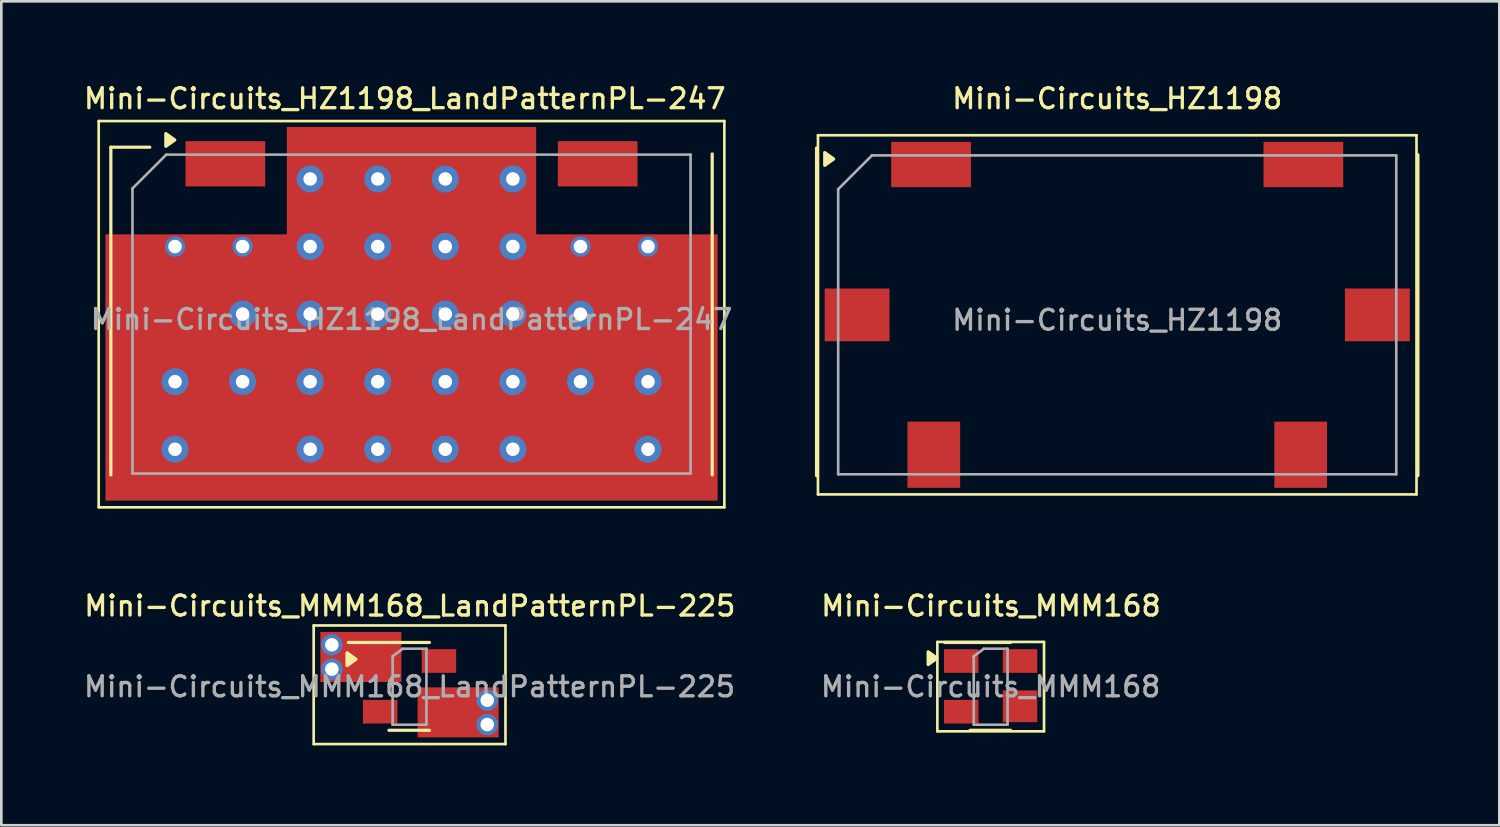
<source format=kicad_pcb>
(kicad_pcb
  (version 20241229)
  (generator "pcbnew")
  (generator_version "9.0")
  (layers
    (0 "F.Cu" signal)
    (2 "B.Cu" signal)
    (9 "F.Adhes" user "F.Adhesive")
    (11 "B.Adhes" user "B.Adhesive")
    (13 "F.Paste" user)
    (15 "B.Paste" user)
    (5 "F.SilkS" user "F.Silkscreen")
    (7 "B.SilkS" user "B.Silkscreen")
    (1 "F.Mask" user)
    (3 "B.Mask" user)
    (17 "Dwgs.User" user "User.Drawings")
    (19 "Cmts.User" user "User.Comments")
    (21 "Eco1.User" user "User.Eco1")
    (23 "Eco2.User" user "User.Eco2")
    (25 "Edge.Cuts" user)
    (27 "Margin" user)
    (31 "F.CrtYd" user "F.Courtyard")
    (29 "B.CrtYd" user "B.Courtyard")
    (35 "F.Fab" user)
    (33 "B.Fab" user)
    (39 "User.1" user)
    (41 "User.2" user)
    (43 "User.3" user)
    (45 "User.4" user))
  (footprint "Mini-Circuits_HZ1198"
    (layer "F.Cu")
    (at 38.949 8.786)
    (property "Reference" "Mini-Circuits_HZ1198" (at 0 -8.128 0) (layer "F.SilkS") (effects (font (size 0.75 0.75) (thickness 0.125))))
    (attr smd)
    (fp_line (start -11.303 -6.274) (end -11.303 6.045) (stroke (width 0.12) (type solid)) (layer "F.SilkS"))
    (fp_line (start -11.25 -6.75) (end -11.25 6.75) (stroke (width 0.1) (type solid)) (layer "F.SilkS"))
    (fp_line (start -11.25 -6.75) (end 11.25 -6.75) (stroke (width 0.1) (type solid)) (layer "F.SilkS"))
    (fp_line (start 11.25 6.75) (end -11.25 6.75) (stroke (width 0.1) (type solid)) (layer "F.SilkS"))
    (fp_line (start 11.25 6.75) (end 11.25 -6.75) (stroke (width 0.1) (type solid)) (layer "F.SilkS"))
    (fp_line (start 11.303 -6.02) (end 11.303 6.045) (stroke (width 0.12) (type solid)) (layer "F.SilkS"))
    (fp_poly (pts (xy -10.66 -5.86) (xy -10.996 -5.62) (xy -10.996 -6.1) (xy -10.66 -5.86)) (stroke (width 0.12) (type solid)) (fill yes) (layer "F.SilkS"))
    (fp_line (start -10.49 -4.724) (end -9.22 -5.994) (stroke (width 0.1) (type solid)) (layer "F.Fab"))
    (fp_line (start -10.49 5.994) (end -10.49 -4.724) (stroke (width 0.1) (type solid)) (layer "F.Fab"))
    (fp_line (start -9.22 -5.994) (end 10.49 -5.994) (stroke (width 0.1) (type solid)) (layer "F.Fab"))
    (fp_line (start 10.49 -5.994) (end 10.49 5.994) (stroke (width 0.1) (type solid)) (layer "F.Fab"))
    (fp_line (start 10.49 5.994) (end -10.49 5.994) (stroke (width 0.1) (type solid)) (layer "F.Fab"))
    (fp_text user "${REFERENCE}" (at 0 0.2 0) (layer "F.Fab") (effects (font (size 0.75 0.75) (thickness 0.125))))
    (pad "1" smd rect (at -6.998 -5.652) (size 2.997 1.702) (layers "F.Cu" "F.Mask" "F.Paste"))
    (pad "2" smd rect (at 6.998 -5.652) (size 2.997 1.702) (layers "F.Cu" "F.Mask" "F.Paste"))
    (pad "3" smd rect (at 9.779 0) (size 2.438 1.981) (layers "F.Cu" "F.Mask" "F.Paste"))
    (pad "4" smd rect (at 6.896 5.258) (size 1.981 2.489) (layers "F.Cu" "F.Mask" "F.Paste"))
    (pad "5" smd rect (at -6.896 5.258) (size 1.981 2.489) (layers "F.Cu" "F.Mask" "F.Paste"))
    (pad "6" smd rect (at -9.779 0) (size 2.438 1.981) (layers "F.Cu" "F.Mask" "F.Paste")))
  (footprint "Mini-Circuits_MMM168_LandPatternPL-225"
    (layer "F.Cu")
    (at 12.332 22.752)
    (property "Reference" "Mini-Circuits_MMM168_LandPatternPL-225" (at 0.025 -3.023 0) (layer "F.SilkS") (effects (font (size 0.75 0.75) (thickness 0.125))))
    (attr smd)
    (fp_line (start -3.59 -2.29) (end -3.59 2.17) (stroke (width 0.1) (type solid)) (layer "F.SilkS"))
    (fp_line (start -3.59 -2.29) (end 3.62 -2.29) (stroke (width 0.1) (type solid)) (layer "F.SilkS"))
    (fp_line (start 0.762 -1.651) (end -2.286 -1.651) (stroke (width 0.12) (type solid)) (layer "F.SilkS"))
    (fp_line (start 0.762 1.651) (end -0.762 1.651) (stroke (width 0.12) (type solid)) (layer "F.SilkS"))
    (fp_line (start 3.62 2.17) (end -3.59 2.17) (stroke (width 0.1) (type solid)) (layer "F.SilkS"))
    (fp_line (start 3.62 2.17) (end 3.62 -2.29) (stroke (width 0.1) (type solid)) (layer "F.SilkS"))
    (fp_poly (pts (xy -2 -1.02) (xy -2.336 -0.78) (xy -2.336 -1.26) (xy -2 -1.02)) (stroke (width 0.12) (type solid)) (fill yes) (layer "F.SilkS"))
    (fp_line (start -0.622 -1.13) (end -0.241 -1.416) (stroke (width 0.1) (type solid)) (layer "F.Fab"))
    (fp_line (start -0.622 1.441) (end -0.622 -1.13) (stroke (width 0.1) (type solid)) (layer "F.Fab"))
    (fp_line (start -0.241 -1.416) (end 0.648 -1.416) (stroke (width 0.1) (type solid)) (layer "F.Fab"))
    (fp_line (start 0.648 -1.416) (end 0.648 1.441) (stroke (width 0.1) (type solid)) (layer "F.Fab"))
    (fp_line (start 0.648 1.441) (end -0.622 1.441) (stroke (width 0.1) (type solid)) (layer "F.Fab"))
    (fp_text user "${REFERENCE}" (at 0.013 0.013 0) (layer "F.Fab") (effects (font (size 0.75 0.75) (thickness 0.125))))
    (pad "1" thru_hole circle (at -2.908 -1.562) (size 0.808 0.808) (drill 0.508) (layers "*.Cu"))
    (pad "1" thru_hole circle (at -2.908 -0.648) (size 0.808 0.808) (drill 0.508) (layers "*.Cu"))
    (pad "1" smd rect (at -1.816 -1.105 90) (size 1.88 3.048) (layers "F.Cu"))
    (pad "1" smd rect (at -1.092 -0.953 90) (size 0.889 1.295) (layers "F.Cu" "F.Mask" "F.Paste"))
    (pad "2" smd rect (at 1.118 -0.953 90) (size 0.889 1.295) (layers "F.Cu" "F.Mask" "F.Paste"))
    (pad "3" smd rect (at 1.118 0.749 90) (size 1.194 1.295) (layers "F.Cu" "F.Mask" "F.Paste"))
    (pad "3" smd rect (at 1.841 0.978 90) (size 1.88 3.048) (layers "F.Cu"))
    (pad "3" thru_hole circle (at 2.934 0.521) (size 0.808 0.808) (drill 0.508) (layers "*.Cu"))
    (pad "3" thru_hole circle (at 2.934 1.435) (size 0.808 0.808) (drill 0.508) (layers "*.Cu"))
    (pad "4" smd rect (at -1.092 0.953 90) (size 0.889 1.295) (layers "F.Cu" "F.Mask" "F.Paste")))
  (footprint "Mini-Circuits_MMM168"
    (layer "F.Cu")
    (at 34.177 22.752)
    (property "Reference" "Mini-Circuits_MMM168" (at 0.025 -3.023 0) (layer "F.SilkS") (effects (font (size 0.75 0.75) (thickness 0.125))))
    (attr smd)
    (fp_line (start -1.99 -1.67) (end -1.99 1.69) (stroke (width 0.1) (type solid)) (layer "F.SilkS"))
    (fp_line (start -1.99 -1.67) (end 2.02 -1.67) (stroke (width 0.1) (type solid)) (layer "F.SilkS"))
    (fp_line (start 0.762 -1.651) (end -1.714 -1.651) (stroke (width 0.12) (type solid)) (layer "F.SilkS"))
    (fp_line (start 0.762 1.651) (end -0.762 1.651) (stroke (width 0.12) (type solid)) (layer "F.SilkS"))
    (fp_line (start 2.02 1.69) (end -1.99 1.69) (stroke (width 0.1) (type solid)) (layer "F.SilkS"))
    (fp_line (start 2.02 1.69) (end 2.02 -1.67) (stroke (width 0.1) (type solid)) (layer "F.SilkS"))
    (fp_poly (pts (xy -2 -1.06) (xy -2.336 -0.82) (xy -2.336 -1.3) (xy -2 -1.06)) (stroke (width 0.12) (type solid)) (fill yes) (layer "F.SilkS"))
    (fp_line (start -0.622 -1.13) (end -0.241 -1.416) (stroke (width 0.1) (type solid)) (layer "F.Fab"))
    (fp_line (start -0.622 1.441) (end -0.622 -1.13) (stroke (width 0.1) (type solid)) (layer "F.Fab"))
    (fp_line (start -0.241 -1.416) (end 0.648 -1.416) (stroke (width 0.1) (type solid)) (layer "F.Fab"))
    (fp_line (start 0.648 -1.416) (end 0.648 1.441) (stroke (width 0.1) (type solid)) (layer "F.Fab"))
    (fp_line (start 0.648 1.441) (end -0.622 1.441) (stroke (width 0.1) (type solid)) (layer "F.Fab"))
    (fp_text user "${REFERENCE}" (at 0.013 0.013 0) (layer "F.Fab") (effects (font (size 0.75 0.75) (thickness 0.125))))
    (pad "1" smd rect (at -1.092 -0.953 90) (size 0.889 1.295) (layers "F.Cu" "F.Mask" "F.Paste"))
    (pad "2" smd rect (at 1.118 -0.953 90) (size 0.889 1.295) (layers "F.Cu" "F.Mask" "F.Paste"))
    (pad "3" smd rect (at 1.118 0.749 90) (size 1.194 1.295) (layers "F.Cu" "F.Mask" "F.Paste"))
    (pad "4" smd rect (at -1.092 0.953 90) (size 0.889 1.295) (layers "F.Cu" "F.Mask" "F.Paste")))
  (footprint "Mini-Circuits_HZ1198_LandPatternPL-247"
    (layer "F.Cu")
    (at 12.42 8.961)
    (property "Reference" "Mini-Circuits_HZ1198_LandPatternPL-247" (at -0.254 -8.303 0) (layer "F.SilkS") (effects (font (size 0.75 0.75) (thickness 0.125))))
    (attr smd)
    (fp_line (start -11.76 -7.46) (end -11.76 7.06) (stroke (width 0.1) (type solid)) (layer "F.SilkS"))
    (fp_line (start -11.76 -7.46) (end 11.76 -7.46) (stroke (width 0.1) (type solid)) (layer "F.SilkS"))
    (fp_line (start -11.303 -6.477) (end -11.303 5.842) (stroke (width 0.12) (type solid)) (layer "F.SilkS"))
    (fp_line (start -9.84 -6.477) (end -11.303 -6.477) (stroke (width 0.12) (type solid)) (layer "F.SilkS"))
    (fp_line (start 11.303 -6.223) (end 11.303 5.842) (stroke (width 0.12) (type solid)) (layer "F.SilkS"))
    (fp_line (start 11.76 7.06) (end -11.76 7.06) (stroke (width 0.1) (type solid)) (layer "F.SilkS"))
    (fp_line (start 11.76 7.06) (end 11.76 -7.46) (stroke (width 0.1) (type solid)) (layer "F.SilkS"))
    (fp_poly (pts (xy -8.9 -6.75) (xy -9.236 -6.51) (xy -9.236 -6.99) (xy -8.9 -6.75)) (stroke (width 0.12) (type solid)) (fill yes) (layer "F.SilkS"))
    (fp_line (start -10.49 -4.928) (end -9.22 -6.198) (stroke (width 0.1) (type solid)) (layer "F.Fab"))
    (fp_line (start -10.49 5.791) (end -10.49 -4.928) (stroke (width 0.1) (type solid)) (layer "F.Fab"))
    (fp_line (start -9.22 -6.198) (end 10.49 -6.198) (stroke (width 0.1) (type solid)) (layer "F.Fab"))
    (fp_line (start 10.49 -6.198) (end 10.49 5.791) (stroke (width 0.1) (type solid)) (layer "F.Fab"))
    (fp_line (start 10.49 5.791) (end -10.49 5.791) (stroke (width 0.1) (type solid)) (layer "F.Fab"))
    (fp_text user "${REFERENCE}" (at 0 -0.003 0) (layer "F.Fab") (effects (font (size 0.75 0.75) (thickness 0.125))))
    (pad "1" smd rect (at -6.998 -5.855) (size 2.997 1.702) (layers "F.Cu" "F.Mask" "F.Paste"))
    (pad "2" smd rect (at 6.998 -5.855) (size 2.997 1.702) (layers "F.Cu" "F.Mask" "F.Paste"))
    (pad "3" thru_hole circle (at -8.89 -2.743) (size 0.762 0.762) (drill 0.508) (layers "*.Cu"))
    (pad "3" thru_hole circle (at -8.89 2.337) (size 1.016 1.016) (drill 0.508) (layers "*.Cu"))
    (pad "3" thru_hole circle (at -8.89 4.877) (size 1.016 1.016) (drill 0.508) (layers "*.Cu"))
    (pad "3" thru_hole circle (at -6.35 -2.743) (size 0.762 0.762) (drill 0.508) (layers "*.Cu"))
    (pad "3" thru_hole circle (at -6.35 -0.203) (size 1.016 1.016) (drill 0.508) (layers "*.Cu"))
    (pad "3" thru_hole circle (at -6.35 2.337) (size 1.016 1.016) (drill 0.508) (layers "*.Cu"))
    (pad "3" thru_hole circle (at -3.81 -5.283) (size 1.016 1.016) (drill 0.508) (layers "*.Cu"))
    (pad "3" thru_hole circle (at -3.81 -2.743) (size 1.016 1.016) (drill 0.508) (layers "*.Cu"))
    (pad "3" thru_hole circle (at -3.81 -0.203) (size 1.016 1.016) (drill 0.508) (layers "*.Cu"))
    (pad "3" thru_hole circle (at -3.81 2.337) (size 1.016 1.016) (drill 0.508) (layers "*.Cu"))
    (pad "3" thru_hole circle (at -3.81 4.877) (size 1.016 1.016) (drill 0.508) (layers "*.Cu"))
    (pad "3" thru_hole circle (at -1.27 -5.283) (size 1.016 1.016) (drill 0.508) (layers "*.Cu"))
    (pad "3" thru_hole circle (at -1.27 -2.743) (size 1.016 1.016) (drill 0.508) (layers "*.Cu"))
    (pad "3" thru_hole circle (at -1.27 -0.203) (size 1.016 1.016) (drill 0.508) (layers "*.Cu"))
    (pad "3" thru_hole circle (at -1.27 2.337) (size 1.016 1.016) (drill 0.508) (layers "*.Cu"))
    (pad "3" thru_hole circle (at -1.27 4.877) (size 1.016 1.016) (drill 0.508) (layers "*.Cu"))
    (pad "3" smd rect (at 0 -5.207) (size 9.373 4.064) (layers "F.Cu"))
    (pad "3" smd rect (at 0 1.803) (size 23.012 10.008) (layers "F.Cu"))
    (pad "3" thru_hole circle (at 1.27 -5.283) (size 1.016 1.016) (drill 0.508) (layers "*.Cu"))
    (pad "3" thru_hole circle (at 1.27 -2.743) (size 1.016 1.016) (drill 0.508) (layers "*.Cu"))
    (pad "3" thru_hole circle (at 1.27 -0.203) (size 1.016 1.016) (drill 0.508) (layers "*.Cu"))
    (pad "3" thru_hole circle (at 1.27 2.337) (size 1.016 1.016) (drill 0.508) (layers "*.Cu"))
    (pad "3" thru_hole circle (at 1.27 4.877) (size 1.016 1.016) (drill 0.508) (layers "*.Cu"))
    (pad "3" thru_hole circle (at 3.81 -5.283) (size 1.016 1.016) (drill 0.508) (layers "*.Cu"))
    (pad "3" thru_hole circle (at 3.81 -2.743) (size 1.016 1.016) (drill 0.508) (layers "*.Cu"))
    (pad "3" thru_hole circle (at 3.81 -0.203) (size 1.016 1.016) (drill 0.508) (layers "*.Cu"))
    (pad "3" thru_hole circle (at 3.81 2.337) (size 1.016 1.016) (drill 0.508) (layers "*.Cu"))
    (pad "3" thru_hole circle (at 3.81 4.877) (size 1.016 1.016) (drill 0.508) (layers "*.Cu"))
    (pad "3" thru_hole circle (at 6.35 -2.743) (size 0.762 0.762) (drill 0.508) (layers "*.Cu"))
    (pad "3" thru_hole circle (at 6.35 -0.203) (size 1.016 1.016) (drill 0.508) (layers "*.Cu"))
    (pad "3" thru_hole circle (at 6.35 2.337) (size 1.016 1.016) (drill 0.508) (layers "*.Cu"))
    (pad "3" thru_hole circle (at 8.89 -2.743) (size 0.762 0.762) (drill 0.508) (layers "*.Cu"))
    (pad "3" thru_hole circle (at 8.89 2.337) (size 1.016 1.016) (drill 0.508) (layers "*.Cu"))
    (pad "3" thru_hole circle (at 8.89 4.877) (size 1.016 1.016) (drill 0.508) (layers "*.Cu"))
    (pad "3" smd rect (at 9.779 -0.203) (size 2.438 1.981) (layers "F.Cu" "F.Mask" "F.Paste"))
    (pad "4" smd rect (at 6.896 5.055) (size 1.981 2.489) (layers "F.Cu" "F.Mask" "F.Paste"))
    (pad "5" smd rect (at -6.896 5.055) (size 1.981 2.489) (layers "F.Cu" "F.Mask" "F.Paste"))
    (pad "6" smd rect (at -9.779 -0.203) (size 2.438 1.981) (layers "F.Cu" "F.Mask" "F.Paste")))
  (gr_rect
    (start -3 -3)
    (end 53.312 27.972)
    (stroke (width 0.1) (type default))
    (fill no)
    (layer "Edge.Cuts")))
</source>
